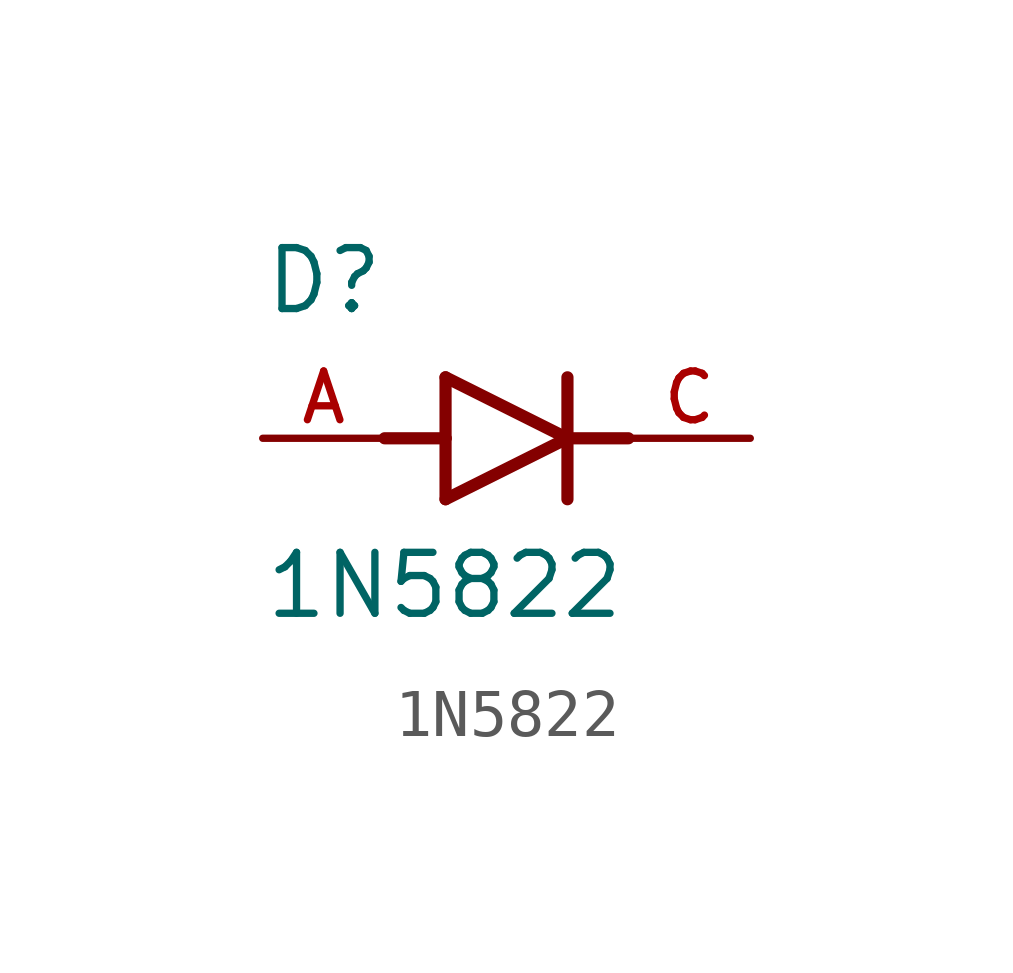
<source format=kicad_sym>
(kicad_symbol_lib
  (version 20211014)
  (generator kicad_symbol_editor)
  (symbol "1N5822"
    (pin_names
      (offset 1.016))
    (property "Reference" "D"
      (at -5.08 2.54 0)
      (effects (font (size 1.27 1.27)) (justify bottom left)))
    (property "Value" "1N5822"
      (at -5.08 -3.81 0)
      (effects (font (size 1.27 1.27)) (justify bottom left)))
    (symbol "1N5822_0_0"
      (polyline (pts (xy -1.27 -1.27) (xy 1.27 0.0)) (stroke (width 0.254)))
      (polyline (pts (xy 1.27 0.0) (xy -1.27 1.27)) (stroke (width 0.254)))
      (polyline (pts (xy 1.27 1.27) (xy 1.27 0.0)) (stroke (width 0.254)))
      (polyline (pts (xy -1.27 1.27) (xy -1.27 0.0)) (stroke (width 0.254)))
      (polyline (pts (xy -1.27 0.0) (xy -1.27 -1.27)) (stroke (width 0.254)))
      (polyline (pts (xy 1.27 0.0) (xy 1.27 -1.27)) (stroke (width 0.254)))
      (polyline (pts (xy -2.54 0.0) (xy -1.27 0.0)) (stroke (width 0.254)))
      (polyline (pts (xy 1.27 0.0) (xy 2.54 0.0)) (stroke (width 0.254)))
      (pin passive line (at 5.08 0.0 180.0) (length 2.54) (name "~" (effects (font (size 1.016 1.016)))) (number "C" (effects (font (size 1.016 1.016)))))
      (pin passive line (at -5.08 0.0 0) (length 2.54) (name "~" (effects (font (size 1.016 1.016)))) (number "A" (effects (font (size 1.016 1.016))))))))
</source>
